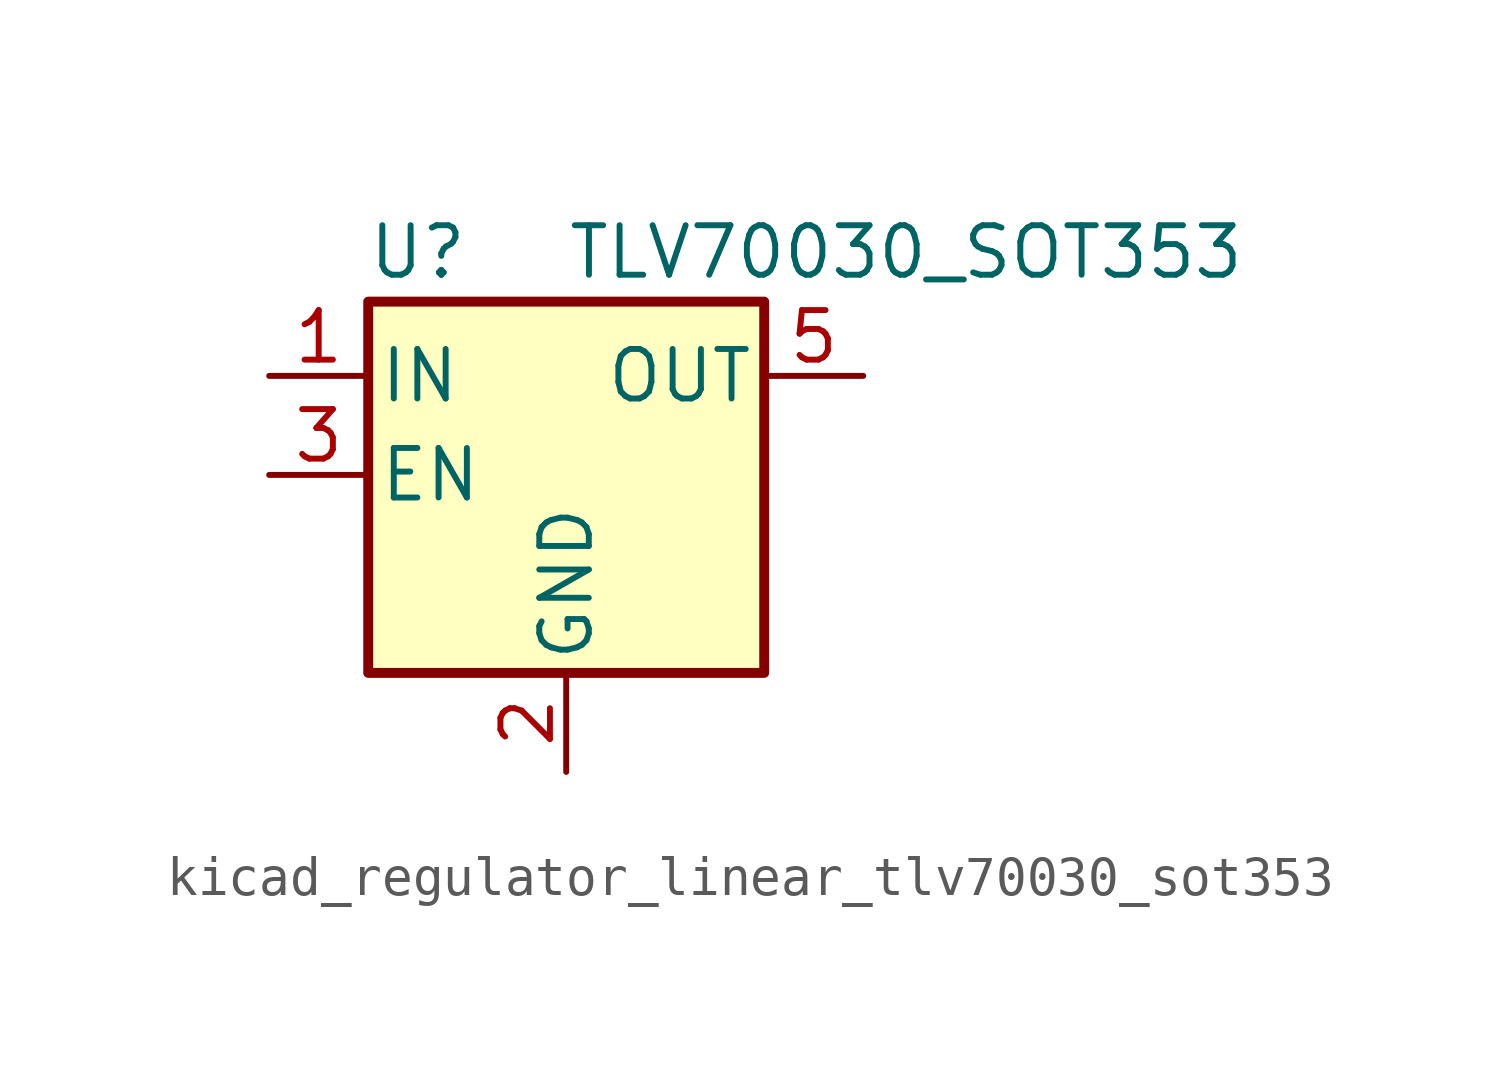
<source format=kicad_sym>
(kicad_symbol_lib
  (version 20220914)
  (generator kicad_symbol_editor)
  (symbol "kicad_regulator_linear_tlv70030_sot353"
    (pin_names
      (offset 0.254))
    (property "Reference" "U"
      (at -3.81 5.715 0)
      (effects (font (size 1.27 1.27))))
    (property "Value" "TLV70030_SOT353"
      (at 0 5.715 0)
      (effects (font (size 1.27 1.27)) (justify left)))
    (symbol "kicad_regulator_linear_tlv70030_sot353_0_1"
      (rectangle (start -5.08 4.445) (end 5.08 -5.08) (stroke (width 0.254) (type default)) (fill (type background))))
    (symbol "kicad_regulator_linear_tlv70030_sot353_1_1"
      (pin power_in line (at -7.62 2.54 0) (length 2.54) (name "IN" (effects (font (size 1.27 1.27)))) (number "1" (effects (font (size 1.27 1.27)))))
      (pin power_in line (at 0 -7.62 90) (length 2.54) (name "GND" (effects (font (size 1.27 1.27)))) (number "2" (effects (font (size 1.27 1.27)))))
      (pin input line (at -7.62 0 0) (length 2.54) (name "EN" (effects (font (size 1.27 1.27)))) (number "3" (effects (font (size 1.27 1.27)))))
      (pin no_connect line (at 5.08 0 180) (length 2.54) hide (name "NC" (effects (font (size 1.27 1.27)))) (number "4" (effects (font (size 1.27 1.27)))))
      (pin power_out line (at 7.62 2.54 180) (length 2.54) (name "OUT" (effects (font (size 1.27 1.27)))) (number "5" (effects (font (size 1.27 1.27))))))))
</source>
